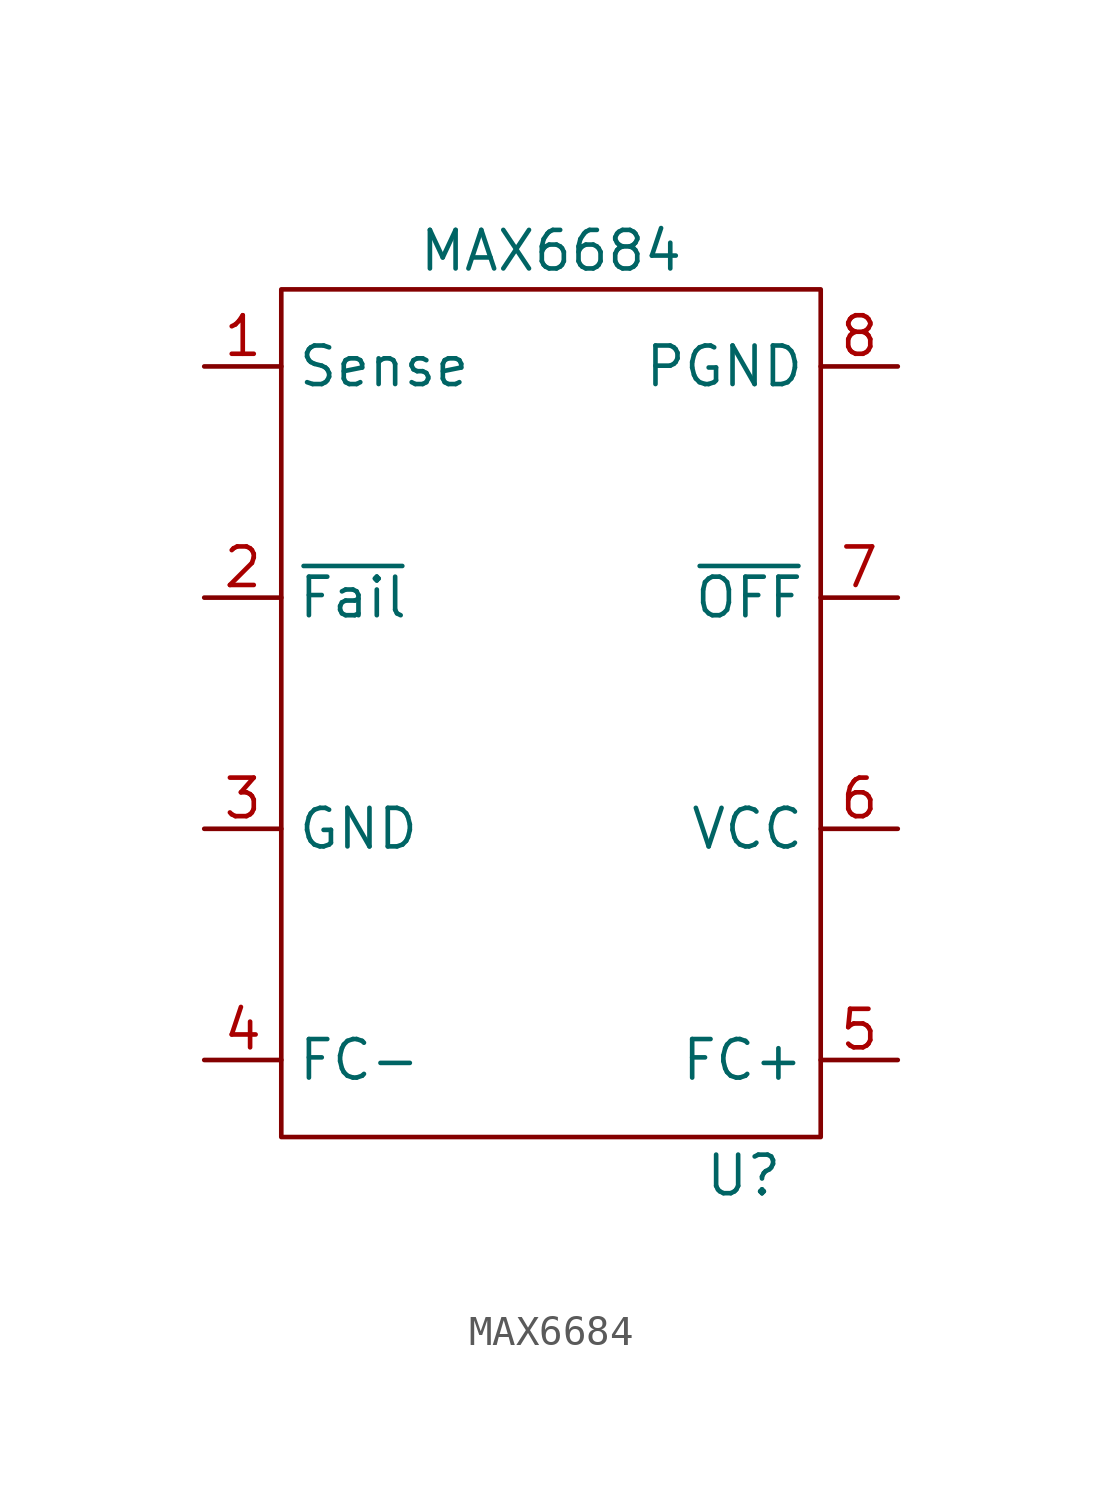
<source format=kicad_sym>
(kicad_symbol_lib
  (version 20211014)
  (generator kicad_symbol_editor)
  (symbol "MAX6684"
    (property "Reference" "U"
      (at 6.35 -15.24 0)
      (effects (font (size 1.27 1.27))))
    (property "Value" "MAX6684"
      (at 0 15.24 0)
      (effects (font (size 1.27 1.27))))
    (symbol "MAX6684_0_1"
      (rectangle (start -8.89 13.97) (end 8.89 -13.97) (stroke (width 0) (type default) (color 0 0 0 0)) (fill (type none))))
    (symbol "MAX6684_1_1"
      (pin input line (at -11.43 11.43 0) (length 2.54) (name "Sense" (effects (font (size 1.27 1.27)))) (number "1" (effects (font (size 1.27 1.27)))))
      (pin output line (at -11.43 3.81 0) (length 2.54) (name "~{Fail}" (effects (font (size 1.27 1.27)))) (number "2" (effects (font (size 1.27 1.27)))))
      (pin output line (at -11.43 -3.81 0) (length 2.54) (name "GND" (effects (font (size 1.27 1.27)))) (number "3" (effects (font (size 1.27 1.27)))))
      (pin bidirectional line (at -11.43 -11.43 0) (length 2.54) (name "FC-" (effects (font (size 1.27 1.27)))) (number "4" (effects (font (size 1.27 1.27)))))
      (pin bidirectional line (at 11.43 -11.43 180) (length 2.54) (name "FC+" (effects (font (size 1.27 1.27)))) (number "5" (effects (font (size 1.27 1.27)))))
      (pin input line (at 11.43 -3.81 180) (length 2.54) (name "VCC" (effects (font (size 1.27 1.27)))) (number "6" (effects (font (size 1.27 1.27)))))
      (pin input line (at 11.43 3.81 180) (length 2.54) (name "~{OFF}" (effects (font (size 1.27 1.27)))) (number "7" (effects (font (size 1.27 1.27)))))
      (pin output line (at 11.43 11.43 180) (length 2.54) (name "PGND" (effects (font (size 1.27 1.27)))) (number "8" (effects (font (size 1.27 1.27))))))))
</source>
